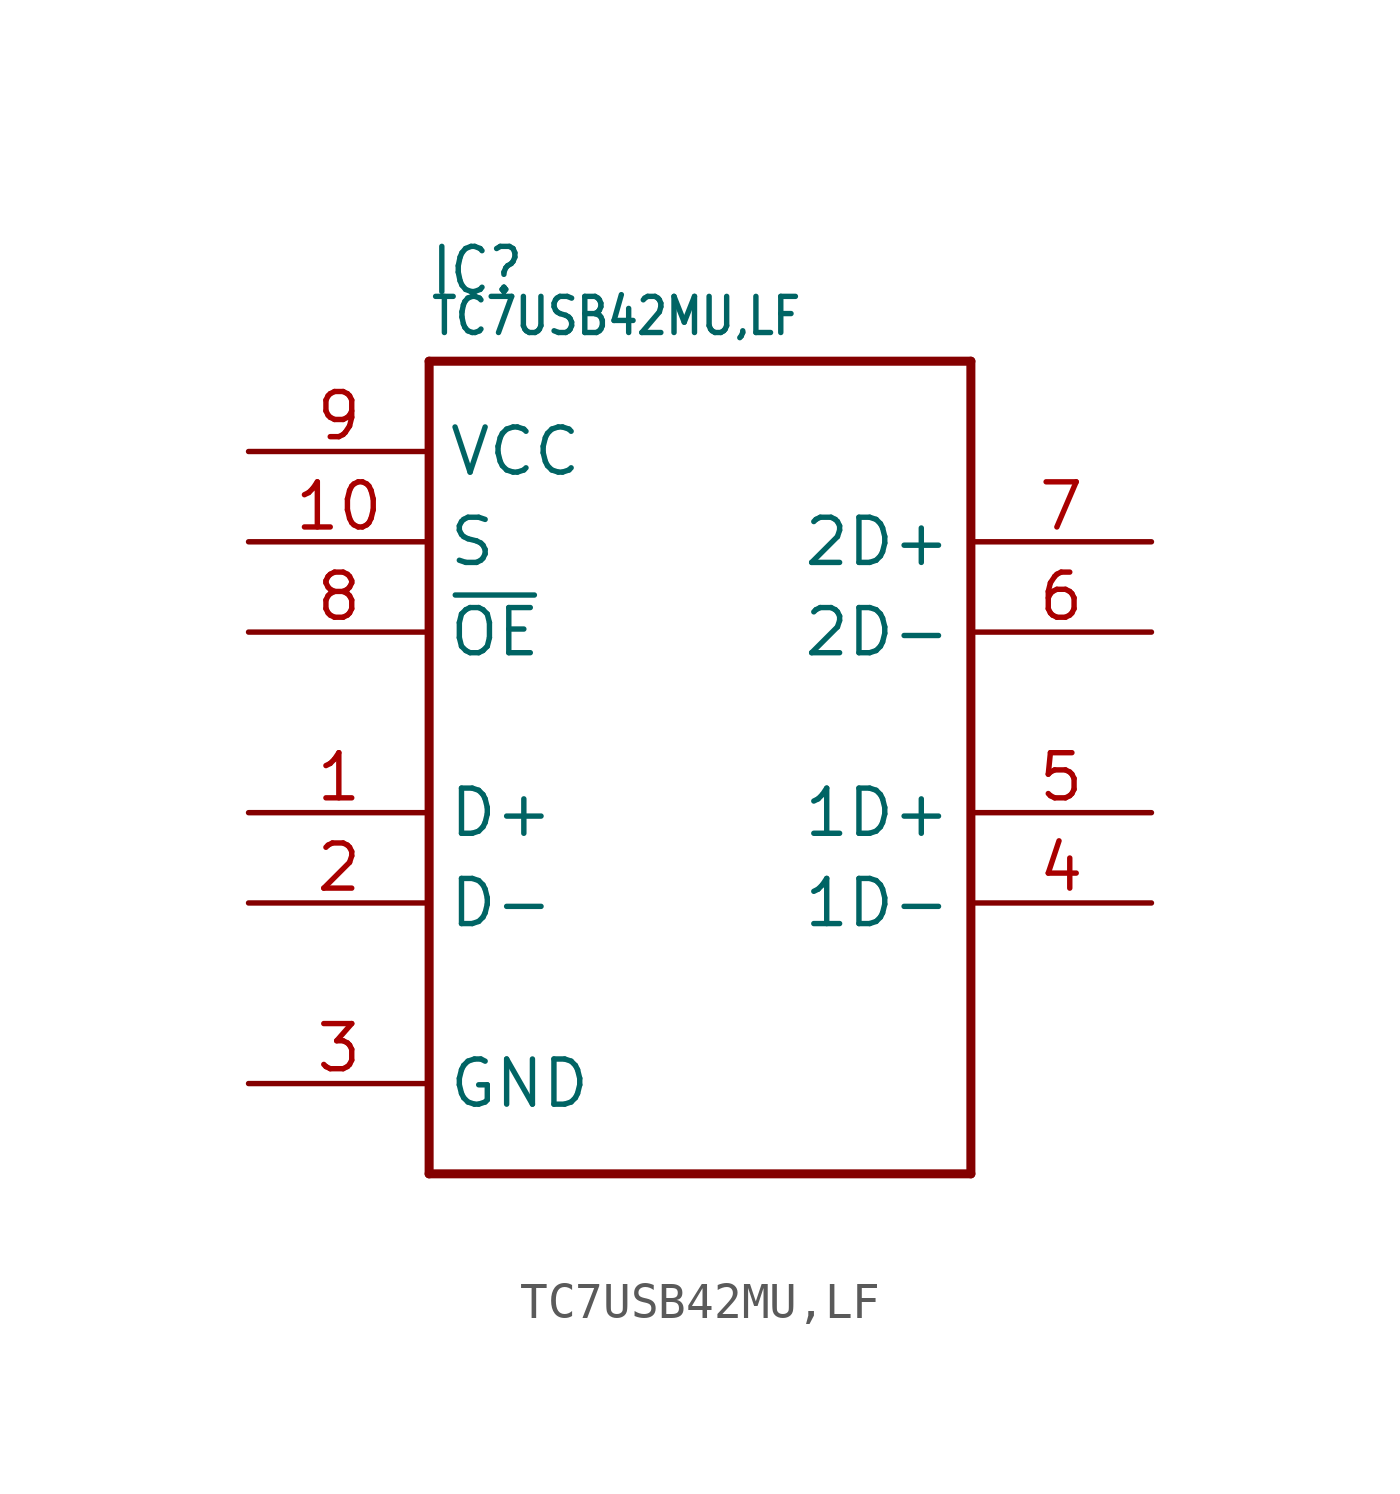
<source format=kicad_sym>
(kicad_symbol_lib
  (version 20211014)
  (generator kicad_symbol_editor)
  (symbol "TC7USB42MU,LF"
    (property "Reference" "IC"
      (at -7.62 12.7 0)
      (effects (font (size 1.27 1.079)) (justify left)))
    (property "Value" "TC7USB42MU,LF"
      (at -7.62 11.43 0)
      (effects (font (size 1.016 0.864)) (justify left)))
    (property "ki_locked" ""
      (at 0 0 0)
      (effects (font (size 1.27 1.27))))
    (symbol "TC7USB42MU,LF_1_0"
      (polyline (pts (xy -7.62 10.16) (xy -7.62 -12.7)) (stroke (width 0.254) (type default) (color 0 0 0 0)) (fill (type none)))
      (polyline (pts (xy -7.62 10.16) (xy 7.62 10.16)) (stroke (width 0.254) (type default) (color 0 0 0 0)) (fill (type none)))
      (polyline (pts (xy 7.62 -12.7) (xy -7.62 -12.7)) (stroke (width 0.254) (type default) (color 0 0 0 0)) (fill (type none)))
      (polyline (pts (xy 7.62 -12.7) (xy 7.62 10.16)) (stroke (width 0.254) (type default) (color 0 0 0 0)) (fill (type none)))
      (pin bidirectional line (at -12.7 -2.54 0) (length 5.08) (name "D+" (effects (font (size 1.27 1.27)))) (number "1" (effects (font (size 1.27 1.27)))))
      (pin bidirectional line (at -12.7 5.08 0) (length 5.08) (name "S" (effects (font (size 1.27 1.27)))) (number "10" (effects (font (size 1.27 1.27)))))
      (pin bidirectional line (at -12.7 -5.08 0) (length 5.08) (name "D-" (effects (font (size 1.27 1.27)))) (number "2" (effects (font (size 1.27 1.27)))))
      (pin bidirectional line (at -12.7 -10.16 0) (length 5.08) (name "GND" (effects (font (size 1.27 1.27)))) (number "3" (effects (font (size 1.27 1.27)))))
      (pin bidirectional line (at 12.7 -5.08 180) (length 5.08) (name "1D-" (effects (font (size 1.27 1.27)))) (number "4" (effects (font (size 1.27 1.27)))))
      (pin bidirectional line (at 12.7 -2.54 180) (length 5.08) (name "1D+" (effects (font (size 1.27 1.27)))) (number "5" (effects (font (size 1.27 1.27)))))
      (pin bidirectional line (at 12.7 2.54 180) (length 5.08) (name "2D-" (effects (font (size 1.27 1.27)))) (number "6" (effects (font (size 1.27 1.27)))))
      (pin bidirectional line (at 12.7 5.08 180) (length 5.08) (name "2D+" (effects (font (size 1.27 1.27)))) (number "7" (effects (font (size 1.27 1.27)))))
      (pin bidirectional line (at -12.7 2.54 0) (length 5.08) (name "~{OE}" (effects (font (size 1.27 1.27)))) (number "8" (effects (font (size 1.27 1.27)))))
      (pin bidirectional line (at -12.7 7.62 0) (length 5.08) (name "VCC" (effects (font (size 1.27 1.27)))) (number "9" (effects (font (size 1.27 1.27))))))))
</source>
